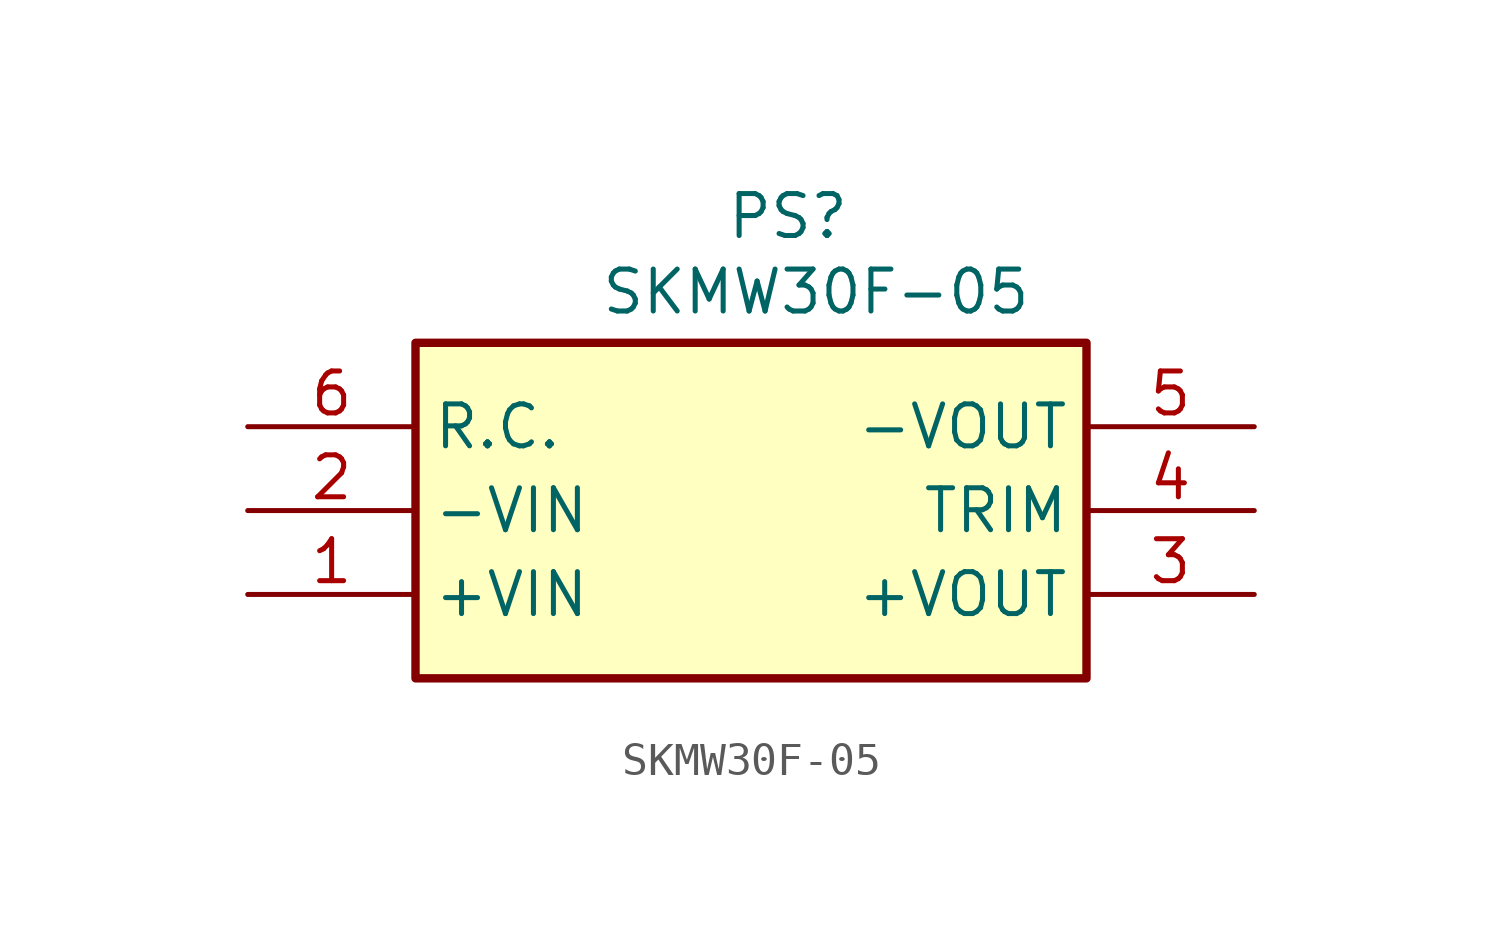
<source format=kicad_sym>
(kicad_symbol_lib
  (version 20231120)
  (generator "kicad_symbol_editor")
  (generator_version "8.0")
  (symbol "SKMW30F-05"
    (property "Reference" "PS"
      (at -0.762 4.572 0)
      (effects (font (size 1.27 1.27)) (justify left top)))
    (property "Value" "SKMW30F-05"
      (at -4.572 2.286 0)
      (effects (font (size 1.27 1.27)) (justify left top)))
    (symbol "SKMW30F-05_1_1"
      (rectangle (start -10.16 0) (end 10.16 -10.16) (stroke (width 0.254) (type default)) (fill (type background)))
      (pin passive line (at -15.24 -7.62 0) (length 5.08) (name "+VIN" (effects (font (size 1.27 1.27)))) (number "1" (effects (font (size 1.27 1.27)))))
      (pin passive line (at -15.24 -5.08 0) (length 5.08) (name "-VIN" (effects (font (size 1.27 1.27)))) (number "2" (effects (font (size 1.27 1.27)))))
      (pin passive line (at 15.24 -7.62 180) (length 5.08) (name "+VOUT" (effects (font (size 1.27 1.27)))) (number "3" (effects (font (size 1.27 1.27)))))
      (pin passive line (at 15.24 -5.08 180) (length 5.08) (name "TRIM" (effects (font (size 1.27 1.27)))) (number "4" (effects (font (size 1.27 1.27)))))
      (pin passive line (at 15.24 -2.54 180) (length 5.08) (name "-VOUT" (effects (font (size 1.27 1.27)))) (number "5" (effects (font (size 1.27 1.27)))))
      (pin passive line (at -15.24 -2.54 0) (length 5.08) (name "R.C." (effects (font (size 1.27 1.27)))) (number "6" (effects (font (size 1.27 1.27))))))))
</source>
